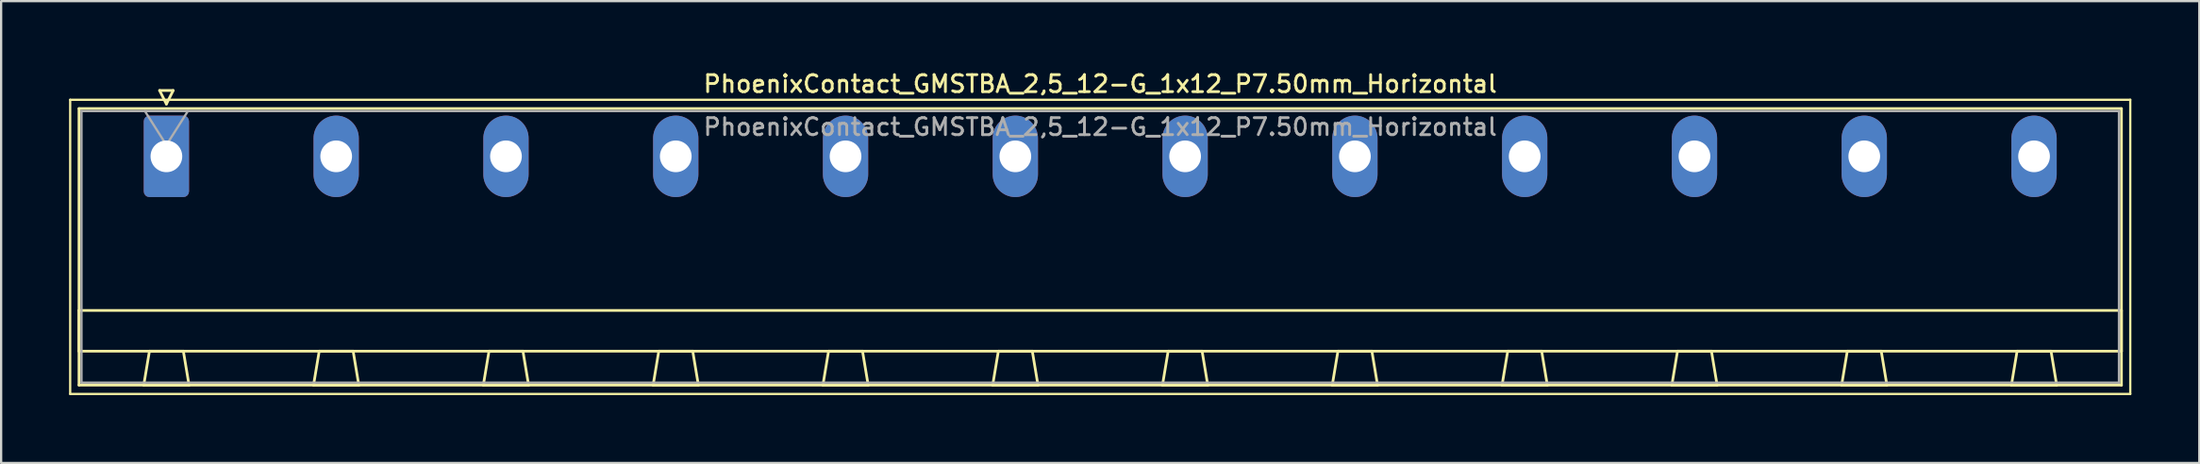
<source format=kicad_pcb>
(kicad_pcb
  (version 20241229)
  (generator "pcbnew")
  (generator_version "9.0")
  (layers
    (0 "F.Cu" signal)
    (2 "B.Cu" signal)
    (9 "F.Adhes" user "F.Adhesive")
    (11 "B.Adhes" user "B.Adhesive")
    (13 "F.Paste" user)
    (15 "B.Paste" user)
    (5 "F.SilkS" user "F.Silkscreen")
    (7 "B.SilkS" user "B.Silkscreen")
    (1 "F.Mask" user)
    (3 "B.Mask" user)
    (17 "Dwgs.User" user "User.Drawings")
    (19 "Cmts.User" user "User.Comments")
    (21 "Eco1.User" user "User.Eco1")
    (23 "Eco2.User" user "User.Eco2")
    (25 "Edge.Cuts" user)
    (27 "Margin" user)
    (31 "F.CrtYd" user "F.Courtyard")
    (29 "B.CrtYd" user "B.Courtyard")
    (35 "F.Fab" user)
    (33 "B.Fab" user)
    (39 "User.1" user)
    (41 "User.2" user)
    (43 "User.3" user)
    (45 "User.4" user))
  (footprint "PhoenixContact_GMSTBA_2,5_12-G_1x12_P7.50mm_Horizontal"
    (layer "F.Cu")
    (at 4.3 3.858)
    (property "Reference" "PhoenixContact_GMSTBA_2,5_12-G_1x12_P7.50mm_Horizontal" (at 41.25 -3.2 0) (layer "F.SilkS") (effects (font (size 0.75 0.75) (thickness 0.125))))
    (attr through_hole)
    (fp_line (start -4.25 -2.5) (end -4.25 10.5) (stroke (width 0.1) (type solid)) (layer "F.SilkS"))
    (fp_line (start -4.25 10.5) (end 86.75 10.5) (stroke (width 0.1) (type solid)) (layer "F.SilkS"))
    (fp_line (start -3.86 -2.11) (end -3.86 10.11) (stroke (width 0.12) (type solid)) (layer "F.SilkS"))
    (fp_line (start -3.86 6.81) (end 86.36 6.81) (stroke (width 0.12) (type solid)) (layer "F.SilkS"))
    (fp_line (start -3.86 8.61) (end -3.86 6.81) (stroke (width 0.12) (type solid)) (layer "F.SilkS"))
    (fp_line (start -3.86 10.11) (end 86.36 10.11) (stroke (width 0.12) (type solid)) (layer "F.SilkS"))
    (fp_line (start -1 10.11) (end 1 10.11) (stroke (width 0.12) (type solid)) (layer "F.SilkS"))
    (fp_line (start -0.75 8.61) (end -1 10.11) (stroke (width 0.12) (type solid)) (layer "F.SilkS"))
    (fp_line (start -0.3 -2.91) (end 0.3 -2.91) (stroke (width 0.12) (type solid)) (layer "F.SilkS"))
    (fp_line (start 0 -2.31) (end -0.3 -2.91) (stroke (width 0.12) (type solid)) (layer "F.SilkS"))
    (fp_line (start 0.3 -2.91) (end 0 -2.31) (stroke (width 0.12) (type solid)) (layer "F.SilkS"))
    (fp_line (start 0.75 8.61) (end -0.75 8.61) (stroke (width 0.12) (type solid)) (layer "F.SilkS"))
    (fp_line (start 1 10.11) (end 0.75 8.61) (stroke (width 0.12) (type solid)) (layer "F.SilkS"))
    (fp_line (start 6.5 10.11) (end 8.5 10.11) (stroke (width 0.12) (type solid)) (layer "F.SilkS"))
    (fp_line (start 6.75 8.61) (end 6.5 10.11) (stroke (width 0.12) (type solid)) (layer "F.SilkS"))
    (fp_line (start 8.25 8.61) (end 6.75 8.61) (stroke (width 0.12) (type solid)) (layer "F.SilkS"))
    (fp_line (start 8.5 10.11) (end 8.25 8.61) (stroke (width 0.12) (type solid)) (layer "F.SilkS"))
    (fp_line (start 14 10.11) (end 16 10.11) (stroke (width 0.12) (type solid)) (layer "F.SilkS"))
    (fp_line (start 14.25 8.61) (end 14 10.11) (stroke (width 0.12) (type solid)) (layer "F.SilkS"))
    (fp_line (start 15.75 8.61) (end 14.25 8.61) (stroke (width 0.12) (type solid)) (layer "F.SilkS"))
    (fp_line (start 16 10.11) (end 15.75 8.61) (stroke (width 0.12) (type solid)) (layer "F.SilkS"))
    (fp_line (start 21.5 10.11) (end 23.5 10.11) (stroke (width 0.12) (type solid)) (layer "F.SilkS"))
    (fp_line (start 21.75 8.61) (end 21.5 10.11) (stroke (width 0.12) (type solid)) (layer "F.SilkS"))
    (fp_line (start 23.25 8.61) (end 21.75 8.61) (stroke (width 0.12) (type solid)) (layer "F.SilkS"))
    (fp_line (start 23.5 10.11) (end 23.25 8.61) (stroke (width 0.12) (type solid)) (layer "F.SilkS"))
    (fp_line (start 29 10.11) (end 31 10.11) (stroke (width 0.12) (type solid)) (layer "F.SilkS"))
    (fp_line (start 29.25 8.61) (end 29 10.11) (stroke (width 0.12) (type solid)) (layer "F.SilkS"))
    (fp_line (start 30.75 8.61) (end 29.25 8.61) (stroke (width 0.12) (type solid)) (layer "F.SilkS"))
    (fp_line (start 31 10.11) (end 30.75 8.61) (stroke (width 0.12) (type solid)) (layer "F.SilkS"))
    (fp_line (start 36.5 10.11) (end 38.5 10.11) (stroke (width 0.12) (type solid)) (layer "F.SilkS"))
    (fp_line (start 36.75 8.61) (end 36.5 10.11) (stroke (width 0.12) (type solid)) (layer "F.SilkS"))
    (fp_line (start 38.25 8.61) (end 36.75 8.61) (stroke (width 0.12) (type solid)) (layer "F.SilkS"))
    (fp_line (start 38.5 10.11) (end 38.25 8.61) (stroke (width 0.12) (type solid)) (layer "F.SilkS"))
    (fp_line (start 44 10.11) (end 46 10.11) (stroke (width 0.12) (type solid)) (layer "F.SilkS"))
    (fp_line (start 44.25 8.61) (end 44 10.11) (stroke (width 0.12) (type solid)) (layer "F.SilkS"))
    (fp_line (start 45.75 8.61) (end 44.25 8.61) (stroke (width 0.12) (type solid)) (layer "F.SilkS"))
    (fp_line (start 46 10.11) (end 45.75 8.61) (stroke (width 0.12) (type solid)) (layer "F.SilkS"))
    (fp_line (start 51.5 10.11) (end 53.5 10.11) (stroke (width 0.12) (type solid)) (layer "F.SilkS"))
    (fp_line (start 51.75 8.61) (end 51.5 10.11) (stroke (width 0.12) (type solid)) (layer "F.SilkS"))
    (fp_line (start 53.25 8.61) (end 51.75 8.61) (stroke (width 0.12) (type solid)) (layer "F.SilkS"))
    (fp_line (start 53.5 10.11) (end 53.25 8.61) (stroke (width 0.12) (type solid)) (layer "F.SilkS"))
    (fp_line (start 59 10.11) (end 61 10.11) (stroke (width 0.12) (type solid)) (layer "F.SilkS"))
    (fp_line (start 59.25 8.61) (end 59 10.11) (stroke (width 0.12) (type solid)) (layer "F.SilkS"))
    (fp_line (start 60.75 8.61) (end 59.25 8.61) (stroke (width 0.12) (type solid)) (layer "F.SilkS"))
    (fp_line (start 61 10.11) (end 60.75 8.61) (stroke (width 0.12) (type solid)) (layer "F.SilkS"))
    (fp_line (start 66.5 10.11) (end 68.5 10.11) (stroke (width 0.12) (type solid)) (layer "F.SilkS"))
    (fp_line (start 66.75 8.61) (end 66.5 10.11) (stroke (width 0.12) (type solid)) (layer "F.SilkS"))
    (fp_line (start 68.25 8.61) (end 66.75 8.61) (stroke (width 0.12) (type solid)) (layer "F.SilkS"))
    (fp_line (start 68.5 10.11) (end 68.25 8.61) (stroke (width 0.12) (type solid)) (layer "F.SilkS"))
    (fp_line (start 74 10.11) (end 76 10.11) (stroke (width 0.12) (type solid)) (layer "F.SilkS"))
    (fp_line (start 74.25 8.61) (end 74 10.11) (stroke (width 0.12) (type solid)) (layer "F.SilkS"))
    (fp_line (start 75.75 8.61) (end 74.25 8.61) (stroke (width 0.12) (type solid)) (layer "F.SilkS"))
    (fp_line (start 76 10.11) (end 75.75 8.61) (stroke (width 0.12) (type solid)) (layer "F.SilkS"))
    (fp_line (start 81.5 10.11) (end 83.5 10.11) (stroke (width 0.12) (type solid)) (layer "F.SilkS"))
    (fp_line (start 81.75 8.61) (end 81.5 10.11) (stroke (width 0.12) (type solid)) (layer "F.SilkS"))
    (fp_line (start 83.25 8.61) (end 81.75 8.61) (stroke (width 0.12) (type solid)) (layer "F.SilkS"))
    (fp_line (start 83.5 10.11) (end 83.25 8.61) (stroke (width 0.12) (type solid)) (layer "F.SilkS"))
    (fp_line (start 86.36 -2.11) (end -3.86 -2.11) (stroke (width 0.12) (type solid)) (layer "F.SilkS"))
    (fp_line (start 86.36 6.81) (end 86.36 8.61) (stroke (width 0.12) (type solid)) (layer "F.SilkS"))
    (fp_line (start 86.36 8.61) (end -3.86 8.61) (stroke (width 0.12) (type solid)) (layer "F.SilkS"))
    (fp_line (start 86.36 10.11) (end 86.36 -2.11) (stroke (width 0.12) (type solid)) (layer "F.SilkS"))
    (fp_line (start 86.75 -2.5) (end -4.25 -2.5) (stroke (width 0.1) (type solid)) (layer "F.SilkS"))
    (fp_line (start 86.75 10.5) (end 86.75 -2.5) (stroke (width 0.1) (type solid)) (layer "F.SilkS"))
    (fp_line (start -3.75 -2) (end -3.75 10) (stroke (width 0.1) (type solid)) (layer "F.Fab"))
    (fp_line (start -3.75 10) (end 86.25 10) (stroke (width 0.1) (type solid)) (layer "F.Fab"))
    (fp_line (start 0 -0.5) (end -0.95 -2) (stroke (width 0.1) (type solid)) (layer "F.Fab"))
    (fp_line (start 0.95 -2) (end 0 -0.5) (stroke (width 0.1) (type solid)) (layer "F.Fab"))
    (fp_line (start 86.25 -2) (end -3.75 -2) (stroke (width 0.1) (type solid)) (layer "F.Fab"))
    (fp_line (start 86.25 10) (end 86.25 -2) (stroke (width 0.1) (type solid)) (layer "F.Fab"))
    (fp_text user "${REFERENCE}" (at 41.25 -1.3 0) (layer "F.Fab") (effects (font (size 0.75 0.75) (thickness 0.125))))
    (pad "1" thru_hole roundrect (at 0 0) (size 2 3.6) (drill 1.4) (layers "*.Cu" "*.Mask") (roundrect_rratio 0.125))
    (pad "2" thru_hole oval (at 7.5 0) (size 2 3.6) (drill 1.4) (layers "*.Cu" "*.Mask"))
    (pad "3" thru_hole oval (at 15 0) (size 2 3.6) (drill 1.4) (layers "*.Cu" "*.Mask"))
    (pad "4" thru_hole oval (at 22.5 0) (size 2 3.6) (drill 1.4) (layers "*.Cu" "*.Mask"))
    (pad "5" thru_hole oval (at 30 0) (size 2 3.6) (drill 1.4) (layers "*.Cu" "*.Mask"))
    (pad "6" thru_hole oval (at 37.5 0) (size 2 3.6) (drill 1.4) (layers "*.Cu" "*.Mask"))
    (pad "7" thru_hole oval (at 45 0) (size 2 3.6) (drill 1.4) (layers "*.Cu" "*.Mask"))
    (pad "8" thru_hole oval (at 52.5 0) (size 2 3.6) (drill 1.4) (layers "*.Cu" "*.Mask"))
    (pad "9" thru_hole oval (at 60 0) (size 2 3.6) (drill 1.4) (layers "*.Cu" "*.Mask"))
    (pad "10" thru_hole oval (at 67.5 0) (size 2 3.6) (drill 1.4) (layers "*.Cu" "*.Mask"))
    (pad "11" thru_hole oval (at 75 0) (size 2 3.6) (drill 1.4) (layers "*.Cu" "*.Mask"))
    (pad "12" thru_hole oval (at 82.5 0) (size 2 3.6) (drill 1.4) (layers "*.Cu" "*.Mask")))
  (gr_rect
    (start -3 -3)
    (end 94.1 17.408)
    (stroke (width 0.1) (type default))
    (fill no)
    (layer "Edge.Cuts")))
</source>
